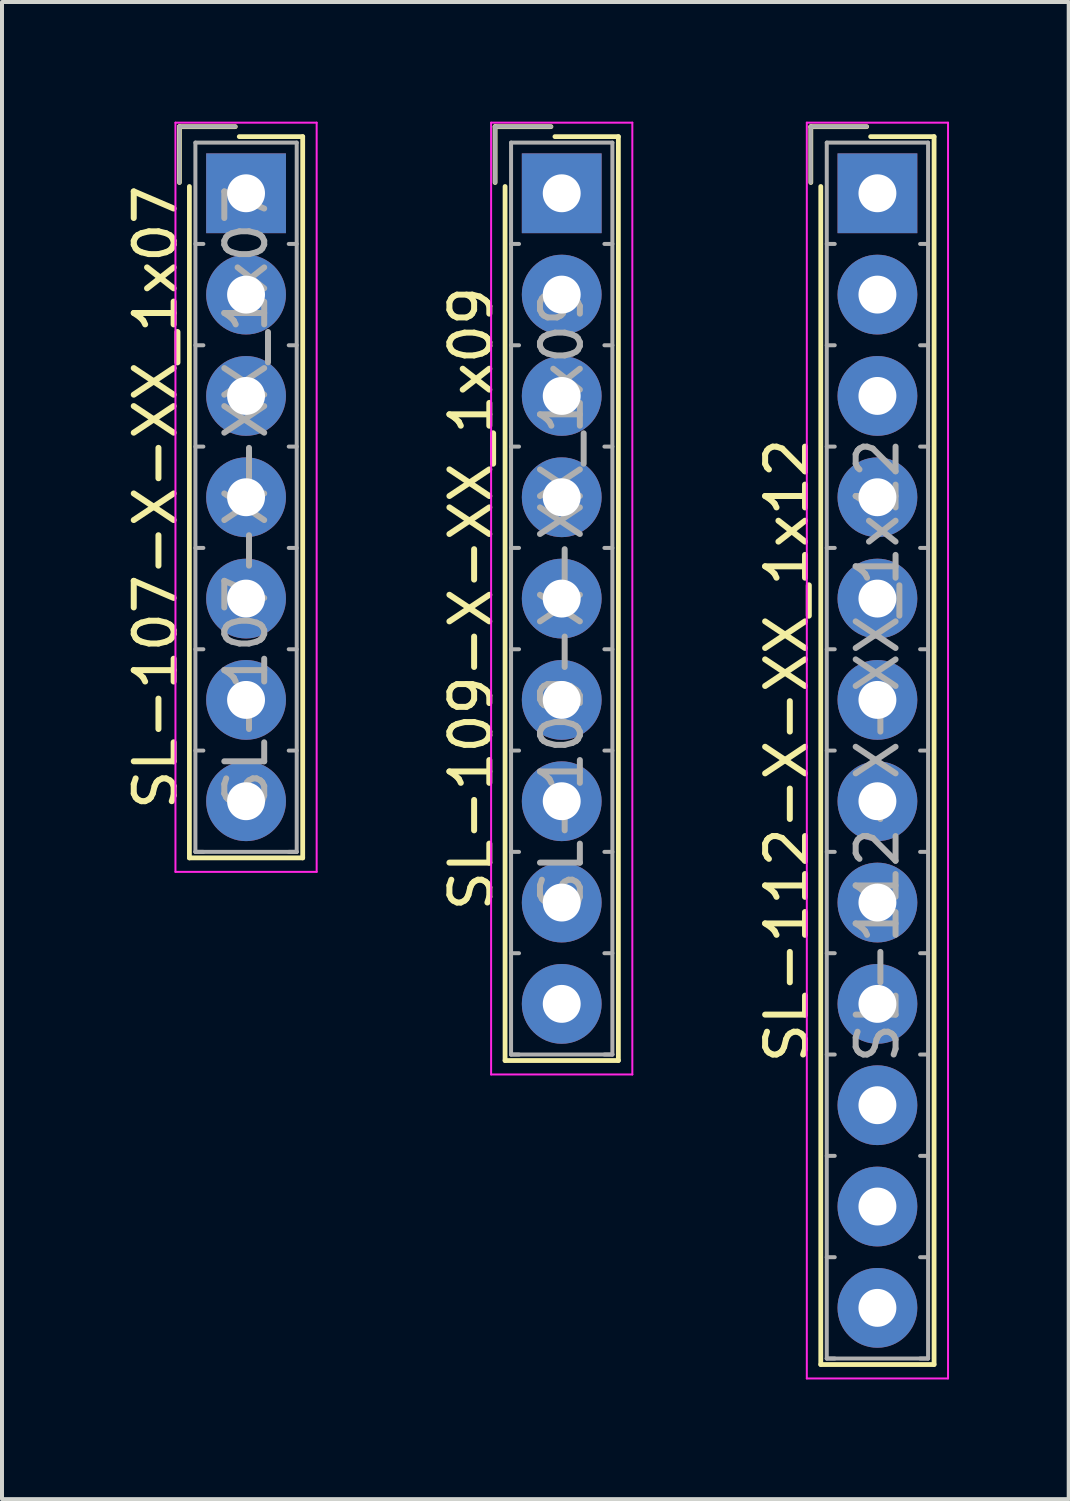
<source format=kicad_pcb>
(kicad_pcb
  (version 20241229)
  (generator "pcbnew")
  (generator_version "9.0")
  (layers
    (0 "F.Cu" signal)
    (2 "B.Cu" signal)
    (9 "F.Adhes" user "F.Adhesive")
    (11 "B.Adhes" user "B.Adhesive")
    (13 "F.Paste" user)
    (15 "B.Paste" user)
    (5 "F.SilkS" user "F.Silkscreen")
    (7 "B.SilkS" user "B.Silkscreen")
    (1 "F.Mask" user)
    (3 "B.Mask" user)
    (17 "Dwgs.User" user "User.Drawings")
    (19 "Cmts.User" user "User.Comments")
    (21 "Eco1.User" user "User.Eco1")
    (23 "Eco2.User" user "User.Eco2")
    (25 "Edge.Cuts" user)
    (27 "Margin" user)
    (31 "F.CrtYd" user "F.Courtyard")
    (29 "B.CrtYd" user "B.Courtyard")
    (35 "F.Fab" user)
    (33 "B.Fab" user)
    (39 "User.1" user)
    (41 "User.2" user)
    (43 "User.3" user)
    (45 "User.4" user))
  (footprint "SL-109-X-XX_1x09"
    (layer "F.Cu")
    (at 11.031 1.795)
    (property "Reference" "SL-109-X-XX_1x09" (at -2.27 10.16 90) (layer "F.SilkS") (effects (font (size 1 1) (thickness 0.15))))
    (attr through_hole)
    (fp_line (start -1.67 -1.67) (end -1.67 -0.27) (stroke (width 0.12) (type solid)) (layer "F.SilkS"))
    (fp_line (start -1.42 21.74) (end -1.42 -0.17) (stroke (width 0.12) (type solid)) (layer "F.SilkS"))
    (fp_line (start -0.27 -1.67) (end -1.67 -1.67) (stroke (width 0.12) (type solid)) (layer "F.SilkS"))
    (fp_line (start -0.17 -1.42) (end 1.42 -1.42) (stroke (width 0.12) (type solid)) (layer "F.SilkS"))
    (fp_line (start 1.42 -1.42) (end 1.42 21.74) (stroke (width 0.12) (type solid)) (layer "F.SilkS"))
    (fp_line (start 1.42 21.74) (end -1.42 21.74) (stroke (width 0.12) (type solid)) (layer "F.SilkS"))
    (fp_line (start -1.77 -1.77) (end -1.77 22.09) (stroke (width 0.05) (type solid)) (layer "F.CrtYd"))
    (fp_line (start -1.77 22.09) (end 1.77 22.09) (stroke (width 0.05) (type solid)) (layer "F.CrtYd"))
    (fp_line (start 1.77 -1.77) (end -1.77 -1.77) (stroke (width 0.05) (type solid)) (layer "F.CrtYd"))
    (fp_line (start 1.77 22.09) (end 1.77 -1.77) (stroke (width 0.05) (type solid)) (layer "F.CrtYd"))
    (fp_line (start -1.67 -1.67) (end -1.67 -0.27) (stroke (width 0.1) (type solid)) (layer "F.Fab"))
    (fp_line (start -1.27 -1.27) (end -1.27 21.59) (stroke (width 0.1) (type solid)) (layer "F.Fab"))
    (fp_line (start -1.27 1.27) (end -1.07 1.27) (stroke (width 0.1) (type solid)) (layer "F.Fab"))
    (fp_line (start -1.27 3.81) (end -1.07 3.81) (stroke (width 0.1) (type solid)) (layer "F.Fab"))
    (fp_line (start -1.27 6.35) (end -1.07 6.35) (stroke (width 0.1) (type solid)) (layer "F.Fab"))
    (fp_line (start -1.27 8.89) (end -1.07 8.89) (stroke (width 0.1) (type solid)) (layer "F.Fab"))
    (fp_line (start -1.27 11.43) (end -1.07 11.43) (stroke (width 0.1) (type solid)) (layer "F.Fab"))
    (fp_line (start -1.27 13.97) (end -1.07 13.97) (stroke (width 0.1) (type solid)) (layer "F.Fab"))
    (fp_line (start -1.27 16.51) (end -1.07 16.51) (stroke (width 0.1) (type solid)) (layer "F.Fab"))
    (fp_line (start -1.27 19.05) (end -1.07 19.05) (stroke (width 0.1) (type solid)) (layer "F.Fab"))
    (fp_line (start -1.27 21.59) (end -1.07 21.59) (stroke (width 0.1) (type solid)) (layer "F.Fab"))
    (fp_line (start -1.27 21.59) (end 1.27 21.59) (stroke (width 0.1) (type solid)) (layer "F.Fab"))
    (fp_line (start -0.27 -1.67) (end -1.67 -1.67) (stroke (width 0.1) (type solid)) (layer "F.Fab"))
    (fp_line (start 1.27 -1.27) (end -1.27 -1.27) (stroke (width 0.1) (type solid)) (layer "F.Fab"))
    (fp_line (start 1.27 1.27) (end 1.07 1.27) (stroke (width 0.1) (type solid)) (layer "F.Fab"))
    (fp_line (start 1.27 3.81) (end 1.07 3.81) (stroke (width 0.1) (type solid)) (layer "F.Fab"))
    (fp_line (start 1.27 6.35) (end 1.07 6.35) (stroke (width 0.1) (type solid)) (layer "F.Fab"))
    (fp_line (start 1.27 8.89) (end 1.07 8.89) (stroke (width 0.1) (type solid)) (layer "F.Fab"))
    (fp_line (start 1.27 11.43) (end 1.07 11.43) (stroke (width 0.1) (type solid)) (layer "F.Fab"))
    (fp_line (start 1.27 13.97) (end 1.07 13.97) (stroke (width 0.1) (type solid)) (layer "F.Fab"))
    (fp_line (start 1.27 16.51) (end 1.07 16.51) (stroke (width 0.1) (type solid)) (layer "F.Fab"))
    (fp_line (start 1.27 19.05) (end 1.07 19.05) (stroke (width 0.1) (type solid)) (layer "F.Fab"))
    (fp_line (start 1.27 21.59) (end 1.07 21.59) (stroke (width 0.1) (type solid)) (layer "F.Fab"))
    (fp_line (start 1.27 21.59) (end 1.27 -1.27) (stroke (width 0.1) (type solid)) (layer "F.Fab"))
    (fp_text user "${REFERENCE}" (at 0 10.16 90) (layer "F.Fab") (effects (font (size 1 1) (thickness 0.15))))
    (pad "1" thru_hole rect (at 0 0) (size 2 2) (drill 0.95) (layers "*.Cu" "*.Mask"))
    (pad "2" thru_hole circle (at 0 2.54) (size 2 2) (drill 0.95) (layers "*.Cu" "*.Mask"))
    (pad "3" thru_hole circle (at 0 5.08) (size 2 2) (drill 0.95) (layers "*.Cu" "*.Mask"))
    (pad "4" thru_hole circle (at 0 7.62) (size 2 2) (drill 0.95) (layers "*.Cu" "*.Mask"))
    (pad "5" thru_hole circle (at 0 10.16) (size 2 2) (drill 0.95) (layers "*.Cu" "*.Mask"))
    (pad "6" thru_hole circle (at 0 12.7) (size 2 2) (drill 0.95) (layers "*.Cu" "*.Mask"))
    (pad "7" thru_hole circle (at 0 15.24) (size 2 2) (drill 0.95) (layers "*.Cu" "*.Mask"))
    (pad "8" thru_hole circle (at 0 17.78) (size 2 2) (drill 0.95) (layers "*.Cu" "*.Mask"))
    (pad "9" thru_hole circle (at 0 20.32) (size 2 2) (drill 0.95) (layers "*.Cu" "*.Mask")))
  (footprint "SL-112-X-XX_1x12"
    (layer "F.Cu")
    (at 18.945 1.795)
    (property "Reference" "SL-112-X-XX_1x12" (at -2.27 13.97 90) (layer "F.SilkS") (effects (font (size 1 1) (thickness 0.15))))
    (attr through_hole)
    (fp_line (start -1.67 -1.67) (end -1.67 -0.27) (stroke (width 0.12) (type solid)) (layer "F.SilkS"))
    (fp_line (start -1.42 29.36) (end -1.42 -0.17) (stroke (width 0.12) (type solid)) (layer "F.SilkS"))
    (fp_line (start -0.27 -1.67) (end -1.67 -1.67) (stroke (width 0.12) (type solid)) (layer "F.SilkS"))
    (fp_line (start -0.17 -1.42) (end 1.42 -1.42) (stroke (width 0.12) (type solid)) (layer "F.SilkS"))
    (fp_line (start 1.42 -1.42) (end 1.42 29.36) (stroke (width 0.12) (type solid)) (layer "F.SilkS"))
    (fp_line (start 1.42 29.36) (end -1.42 29.36) (stroke (width 0.12) (type solid)) (layer "F.SilkS"))
    (fp_line (start -1.77 -1.77) (end -1.77 29.71) (stroke (width 0.05) (type solid)) (layer "F.CrtYd"))
    (fp_line (start -1.77 29.71) (end 1.77 29.71) (stroke (width 0.05) (type solid)) (layer "F.CrtYd"))
    (fp_line (start 1.77 -1.77) (end -1.77 -1.77) (stroke (width 0.05) (type solid)) (layer "F.CrtYd"))
    (fp_line (start 1.77 29.71) (end 1.77 -1.77) (stroke (width 0.05) (type solid)) (layer "F.CrtYd"))
    (fp_line (start -1.67 -1.67) (end -1.67 -0.27) (stroke (width 0.1) (type solid)) (layer "F.Fab"))
    (fp_line (start -1.27 -1.27) (end -1.27 29.21) (stroke (width 0.1) (type solid)) (layer "F.Fab"))
    (fp_line (start -1.27 1.27) (end -1.07 1.27) (stroke (width 0.1) (type solid)) (layer "F.Fab"))
    (fp_line (start -1.27 3.81) (end -1.07 3.81) (stroke (width 0.1) (type solid)) (layer "F.Fab"))
    (fp_line (start -1.27 6.35) (end -1.07 6.35) (stroke (width 0.1) (type solid)) (layer "F.Fab"))
    (fp_line (start -1.27 8.89) (end -1.07 8.89) (stroke (width 0.1) (type solid)) (layer "F.Fab"))
    (fp_line (start -1.27 11.43) (end -1.07 11.43) (stroke (width 0.1) (type solid)) (layer "F.Fab"))
    (fp_line (start -1.27 13.97) (end -1.07 13.97) (stroke (width 0.1) (type solid)) (layer "F.Fab"))
    (fp_line (start -1.27 16.51) (end -1.07 16.51) (stroke (width 0.1) (type solid)) (layer "F.Fab"))
    (fp_line (start -1.27 19.05) (end -1.07 19.05) (stroke (width 0.1) (type solid)) (layer "F.Fab"))
    (fp_line (start -1.27 21.59) (end -1.07 21.59) (stroke (width 0.1) (type solid)) (layer "F.Fab"))
    (fp_line (start -1.27 24.13) (end -1.07 24.13) (stroke (width 0.1) (type solid)) (layer "F.Fab"))
    (fp_line (start -1.27 26.67) (end -1.07 26.67) (stroke (width 0.1) (type solid)) (layer "F.Fab"))
    (fp_line (start -1.27 29.21) (end -1.07 29.21) (stroke (width 0.1) (type solid)) (layer "F.Fab"))
    (fp_line (start -1.27 29.21) (end 1.27 29.21) (stroke (width 0.1) (type solid)) (layer "F.Fab"))
    (fp_line (start -0.27 -1.67) (end -1.67 -1.67) (stroke (width 0.1) (type solid)) (layer "F.Fab"))
    (fp_line (start 1.27 -1.27) (end -1.27 -1.27) (stroke (width 0.1) (type solid)) (layer "F.Fab"))
    (fp_line (start 1.27 1.27) (end 1.07 1.27) (stroke (width 0.1) (type solid)) (layer "F.Fab"))
    (fp_line (start 1.27 3.81) (end 1.07 3.81) (stroke (width 0.1) (type solid)) (layer "F.Fab"))
    (fp_line (start 1.27 6.35) (end 1.07 6.35) (stroke (width 0.1) (type solid)) (layer "F.Fab"))
    (fp_line (start 1.27 8.89) (end 1.07 8.89) (stroke (width 0.1) (type solid)) (layer "F.Fab"))
    (fp_line (start 1.27 11.43) (end 1.07 11.43) (stroke (width 0.1) (type solid)) (layer "F.Fab"))
    (fp_line (start 1.27 13.97) (end 1.07 13.97) (stroke (width 0.1) (type solid)) (layer "F.Fab"))
    (fp_line (start 1.27 16.51) (end 1.07 16.51) (stroke (width 0.1) (type solid)) (layer "F.Fab"))
    (fp_line (start 1.27 19.05) (end 1.07 19.05) (stroke (width 0.1) (type solid)) (layer "F.Fab"))
    (fp_line (start 1.27 21.59) (end 1.07 21.59) (stroke (width 0.1) (type solid)) (layer "F.Fab"))
    (fp_line (start 1.27 24.13) (end 1.07 24.13) (stroke (width 0.1) (type solid)) (layer "F.Fab"))
    (fp_line (start 1.27 26.67) (end 1.07 26.67) (stroke (width 0.1) (type solid)) (layer "F.Fab"))
    (fp_line (start 1.27 29.21) (end 1.07 29.21) (stroke (width 0.1) (type solid)) (layer "F.Fab"))
    (fp_line (start 1.27 29.21) (end 1.27 -1.27) (stroke (width 0.1) (type solid)) (layer "F.Fab"))
    (fp_text user "${REFERENCE}" (at 0 13.97 90) (layer "F.Fab") (effects (font (size 1 1) (thickness 0.15))))
    (pad "1" thru_hole rect (at 0 0) (size 2 2) (drill 0.95) (layers "*.Cu" "*.Mask"))
    (pad "2" thru_hole circle (at 0 2.54) (size 2 2) (drill 0.95) (layers "*.Cu" "*.Mask"))
    (pad "3" thru_hole circle (at 0 5.08) (size 2 2) (drill 0.95) (layers "*.Cu" "*.Mask"))
    (pad "4" thru_hole circle (at 0 7.62) (size 2 2) (drill 0.95) (layers "*.Cu" "*.Mask"))
    (pad "5" thru_hole circle (at 0 10.16) (size 2 2) (drill 0.95) (layers "*.Cu" "*.Mask"))
    (pad "6" thru_hole circle (at 0 12.7) (size 2 2) (drill 0.95) (layers "*.Cu" "*.Mask"))
    (pad "7" thru_hole circle (at 0 15.24) (size 2 2) (drill 0.95) (layers "*.Cu" "*.Mask"))
    (pad "8" thru_hole circle (at 0 17.78) (size 2 2) (drill 0.95) (layers "*.Cu" "*.Mask"))
    (pad "9" thru_hole circle (at 0 20.32) (size 2 2) (drill 0.95) (layers "*.Cu" "*.Mask"))
    (pad "10" thru_hole circle (at 0 22.86) (size 2 2) (drill 0.95) (layers "*.Cu" "*.Mask"))
    (pad "11" thru_hole circle (at 0 25.4) (size 2 2) (drill 0.95) (layers "*.Cu" "*.Mask"))
    (pad "12" thru_hole circle (at 0 27.94) (size 2 2) (drill 0.95) (layers "*.Cu" "*.Mask")))
  (footprint "SL-107-X-XX_1x07"
    (layer "F.Cu")
    (at 3.118 1.795)
    (property "Reference" "SL-107-X-XX_1x07" (at -2.27 7.62 90) (layer "F.SilkS") (effects (font (size 1 1) (thickness 0.15))))
    (attr through_hole)
    (fp_line (start -1.67 -1.67) (end -1.67 -0.27) (stroke (width 0.12) (type solid)) (layer "F.SilkS"))
    (fp_line (start -1.42 16.66) (end -1.42 -0.17) (stroke (width 0.12) (type solid)) (layer "F.SilkS"))
    (fp_line (start -0.27 -1.67) (end -1.67 -1.67) (stroke (width 0.12) (type solid)) (layer "F.SilkS"))
    (fp_line (start -0.17 -1.42) (end 1.42 -1.42) (stroke (width 0.12) (type solid)) (layer "F.SilkS"))
    (fp_line (start 1.42 -1.42) (end 1.42 16.66) (stroke (width 0.12) (type solid)) (layer "F.SilkS"))
    (fp_line (start 1.42 16.66) (end -1.42 16.66) (stroke (width 0.12) (type solid)) (layer "F.SilkS"))
    (fp_line (start -1.77 -1.77) (end -1.77 17.01) (stroke (width 0.05) (type solid)) (layer "F.CrtYd"))
    (fp_line (start -1.77 17.01) (end 1.77 17.01) (stroke (width 0.05) (type solid)) (layer "F.CrtYd"))
    (fp_line (start 1.77 -1.77) (end -1.77 -1.77) (stroke (width 0.05) (type solid)) (layer "F.CrtYd"))
    (fp_line (start 1.77 17.01) (end 1.77 -1.77) (stroke (width 0.05) (type solid)) (layer "F.CrtYd"))
    (fp_line (start -1.67 -1.67) (end -1.67 -0.27) (stroke (width 0.1) (type solid)) (layer "F.Fab"))
    (fp_line (start -1.27 -1.27) (end -1.27 16.51) (stroke (width 0.1) (type solid)) (layer "F.Fab"))
    (fp_line (start -1.27 1.27) (end -1.07 1.27) (stroke (width 0.1) (type solid)) (layer "F.Fab"))
    (fp_line (start -1.27 3.81) (end -1.07 3.81) (stroke (width 0.1) (type solid)) (layer "F.Fab"))
    (fp_line (start -1.27 6.35) (end -1.07 6.35) (stroke (width 0.1) (type solid)) (layer "F.Fab"))
    (fp_line (start -1.27 8.89) (end -1.07 8.89) (stroke (width 0.1) (type solid)) (layer "F.Fab"))
    (fp_line (start -1.27 11.43) (end -1.07 11.43) (stroke (width 0.1) (type solid)) (layer "F.Fab"))
    (fp_line (start -1.27 13.97) (end -1.07 13.97) (stroke (width 0.1) (type solid)) (layer "F.Fab"))
    (fp_line (start -1.27 16.51) (end -1.07 16.51) (stroke (width 0.1) (type solid)) (layer "F.Fab"))
    (fp_line (start -1.27 16.51) (end 1.27 16.51) (stroke (width 0.1) (type solid)) (layer "F.Fab"))
    (fp_line (start -0.27 -1.67) (end -1.67 -1.67) (stroke (width 0.1) (type solid)) (layer "F.Fab"))
    (fp_line (start 1.27 -1.27) (end -1.27 -1.27) (stroke (width 0.1) (type solid)) (layer "F.Fab"))
    (fp_line (start 1.27 1.27) (end 1.07 1.27) (stroke (width 0.1) (type solid)) (layer "F.Fab"))
    (fp_line (start 1.27 3.81) (end 1.07 3.81) (stroke (width 0.1) (type solid)) (layer "F.Fab"))
    (fp_line (start 1.27 6.35) (end 1.07 6.35) (stroke (width 0.1) (type solid)) (layer "F.Fab"))
    (fp_line (start 1.27 8.89) (end 1.07 8.89) (stroke (width 0.1) (type solid)) (layer "F.Fab"))
    (fp_line (start 1.27 11.43) (end 1.07 11.43) (stroke (width 0.1) (type solid)) (layer "F.Fab"))
    (fp_line (start 1.27 13.97) (end 1.07 13.97) (stroke (width 0.1) (type solid)) (layer "F.Fab"))
    (fp_line (start 1.27 16.51) (end 1.07 16.51) (stroke (width 0.1) (type solid)) (layer "F.Fab"))
    (fp_line (start 1.27 16.51) (end 1.27 -1.27) (stroke (width 0.1) (type solid)) (layer "F.Fab"))
    (fp_text user "${REFERENCE}" (at 0 7.62 90) (layer "F.Fab") (effects (font (size 1 1) (thickness 0.15))))
    (pad "1" thru_hole rect (at 0 0) (size 2 2) (drill 0.95) (layers "*.Cu" "*.Mask"))
    (pad "2" thru_hole circle (at 0 2.54) (size 2 2) (drill 0.95) (layers "*.Cu" "*.Mask"))
    (pad "3" thru_hole circle (at 0 5.08) (size 2 2) (drill 0.95) (layers "*.Cu" "*.Mask"))
    (pad "4" thru_hole circle (at 0 7.62) (size 2 2) (drill 0.95) (layers "*.Cu" "*.Mask"))
    (pad "5" thru_hole circle (at 0 10.16) (size 2 2) (drill 0.95) (layers "*.Cu" "*.Mask"))
    (pad "6" thru_hole circle (at 0 12.7) (size 2 2) (drill 0.95) (layers "*.Cu" "*.Mask"))
    (pad "7" thru_hole circle (at 0 15.24) (size 2 2) (drill 0.95) (layers "*.Cu" "*.Mask")))
  (gr_rect
    (start -3 -3)
    (end 23.74 34.53)
    (stroke (width 0.1) (type default))
    (fill no)
    (layer "Edge.Cuts")))
</source>
